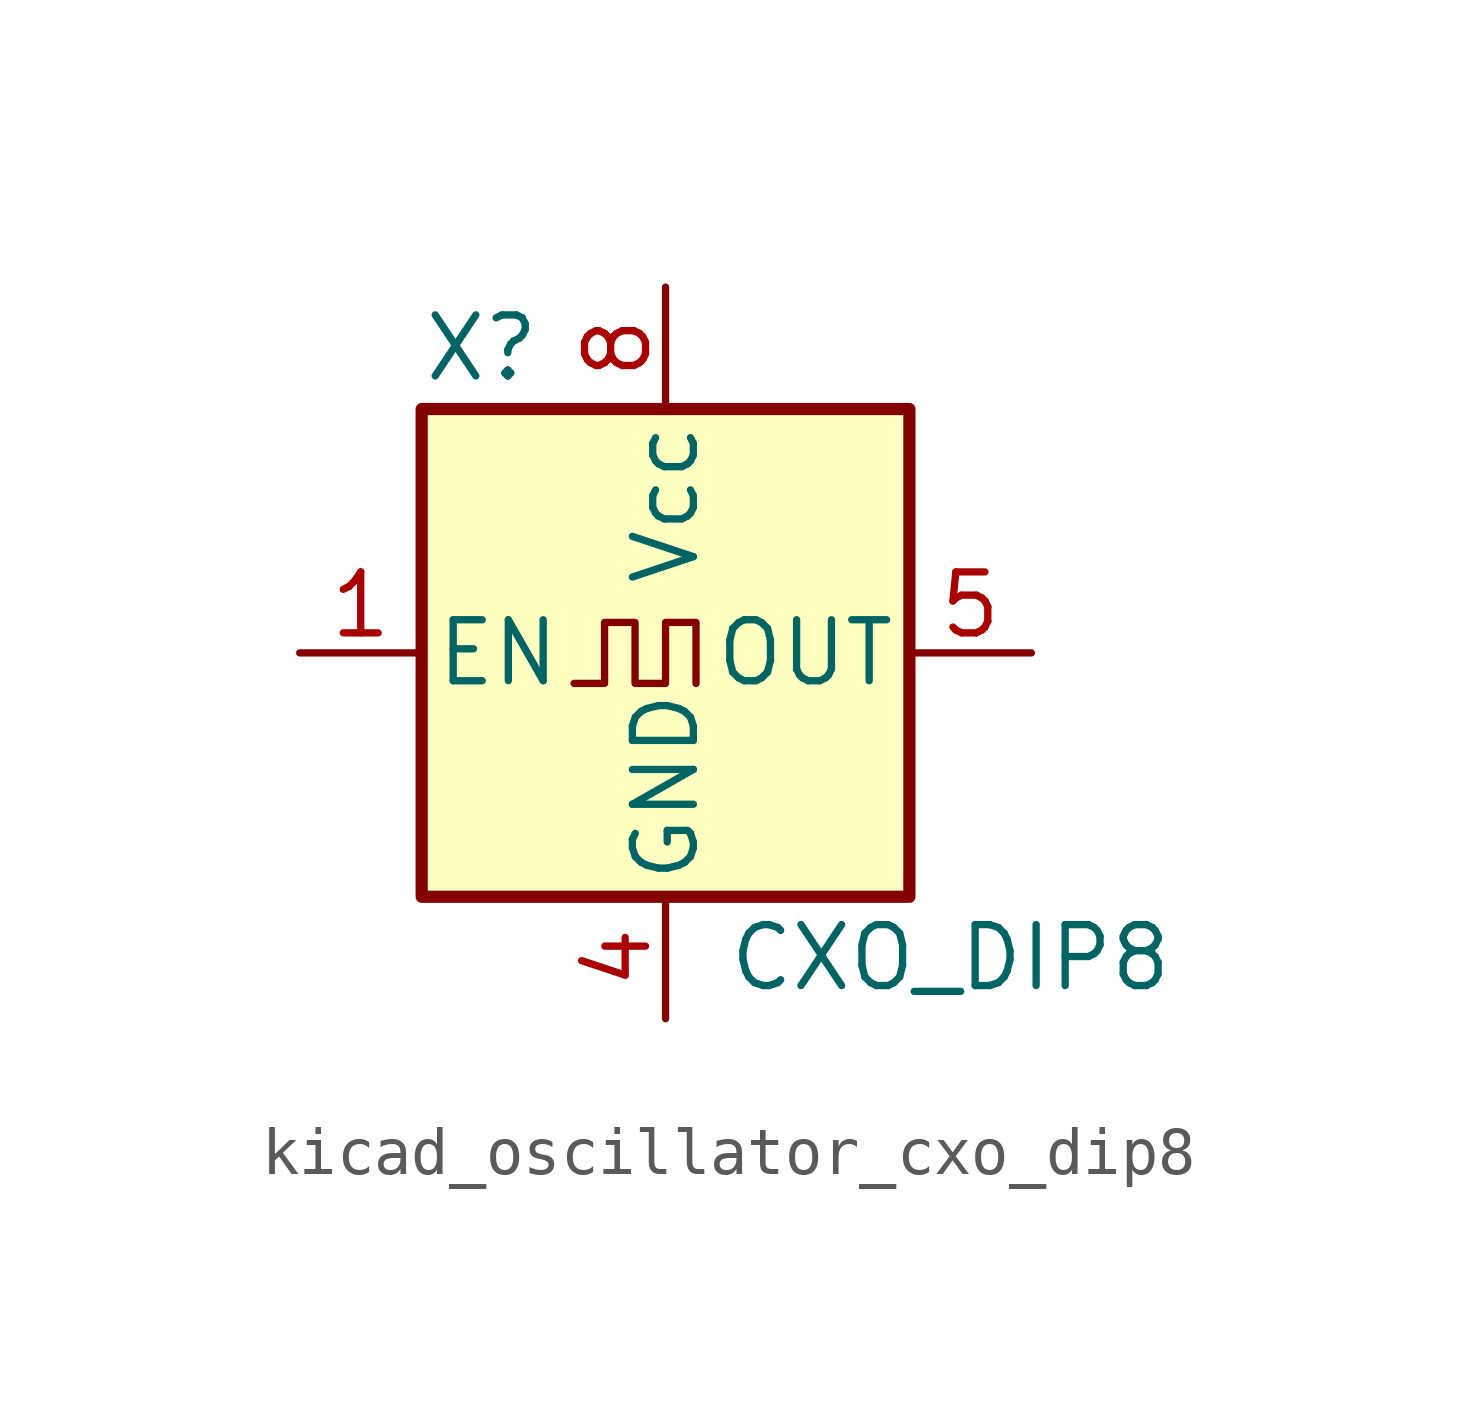
<source format=kicad_sym>
(kicad_symbol_lib
  (version 20220914)
  (generator kicad_symbol_editor)
  (symbol "kicad_oscillator_cxo_dip8"
    (pin_names
      (offset 0.254))
    (property "Reference" "X"
      (at -5.08 6.35 0)
      (effects (font (size 1.27 1.27)) (justify left)))
    (property "Value" "CXO_DIP8"
      (at 1.27 -6.35 0)
      (effects (font (size 1.27 1.27)) (justify left)))
    (symbol "kicad_oscillator_cxo_dip8_0_1"
      (rectangle (start -5.08 5.08) (end 5.08 -5.08) (stroke (width 0.254) (type default)) (fill (type background)))
      (polyline (pts (xy -1.905 -0.635) (xy -1.27 -0.635) (xy -1.27 0.635) (xy -0.635 0.635) (xy -0.635 -0.635) (xy 0 -0.635) (xy 0 0.635) (xy 0.635 0.635) (xy 0.635 -0.635)) (stroke (width 0) (type default)) (fill (type none))))
    (symbol "kicad_oscillator_cxo_dip8_1_1"
      (pin input line (at -7.62 0 0) (length 2.54) (name "EN" (effects (font (size 1.27 1.27)))) (number "1" (effects (font (size 1.27 1.27)))))
      (pin power_in line (at 0 -7.62 90) (length 2.54) (name "GND" (effects (font (size 1.27 1.27)))) (number "4" (effects (font (size 1.27 1.27)))))
      (pin output line (at 7.62 0 180) (length 2.54) (name "OUT" (effects (font (size 1.27 1.27)))) (number "5" (effects (font (size 1.27 1.27)))))
      (pin power_in line (at 0 7.62 270) (length 2.54) (name "Vcc" (effects (font (size 1.27 1.27)))) (number "8" (effects (font (size 1.27 1.27))))))))
</source>
